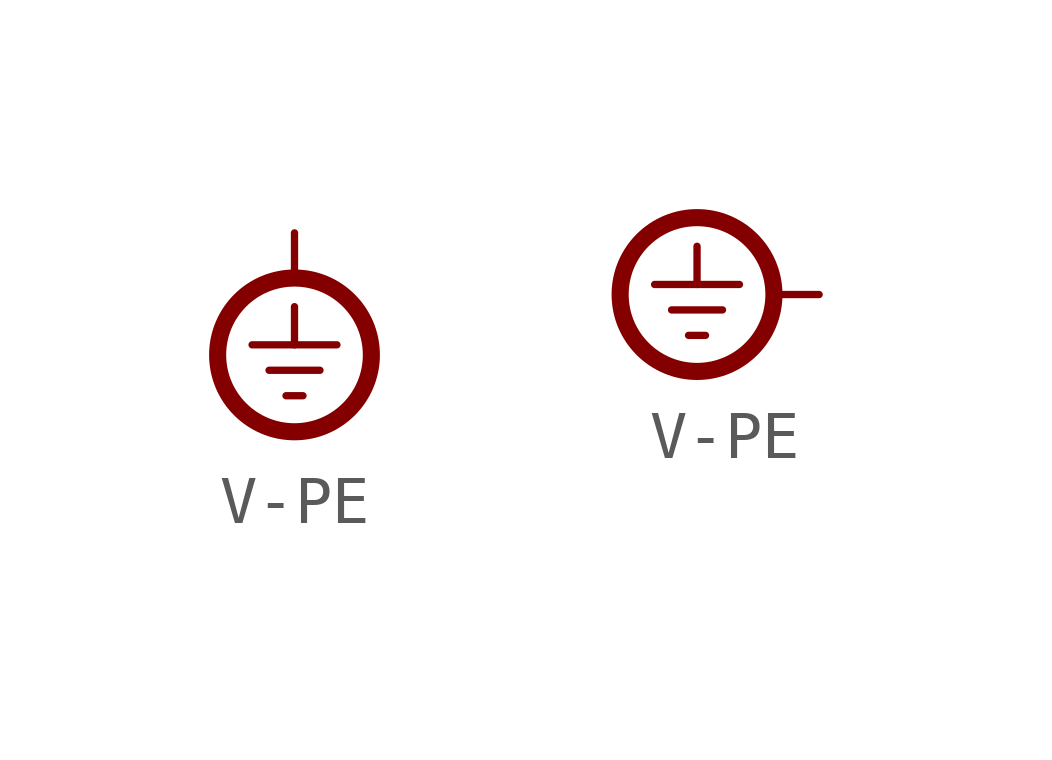
<source format=kicad_sym>
(kicad_symbol_lib
  (version 20211014)
  (generator kicad_symbol_editor)
  (symbol "V-PE"
    (power)
    (pin_numbers hide)
    (pin_names
      (offset 1.27) hide)
    (property "Reference" "#PWR"
      (at 5.08 0 0)
      (effects (font (size 1.27 1.27)) (justify left) hide))
    (symbol "V-PE_1_0"
      (pin power_in line (at 0 0 0) (length 0) hide (name "PE" (effects (font (size 1.27 1.27)))) (number "0" (effects (font (size 0 0))))))
    (symbol "V-PE_1_1"
      (circle (center 0 -2.54) (radius 1.6) (stroke (width 0.356) (type default) (color 0 0 0 0)) (fill (type none)))
      (polyline (pts (xy 0 -0.889) (xy 0 0)) (stroke (width 0) (type default) (color 0 0 0 0)) (fill (type none)))
      (text "⏚" (at 0 -2.54 0) (effects (font (size 1.854 1.854)))))
    (symbol "V-PE_1_2"
      (circle (center -2.54 0) (radius 1.6) (stroke (width 0.356) (type default) (color 0 0 0 0)) (fill (type none)))
      (polyline (pts (xy -0.889 0) (xy 0 0)) (stroke (width 0) (type default) (color 0 0 0 0)) (fill (type none)))
      (text "⏚" (at -2.54 0 0) (effects (font (size 1.854 1.854)))))))
</source>
